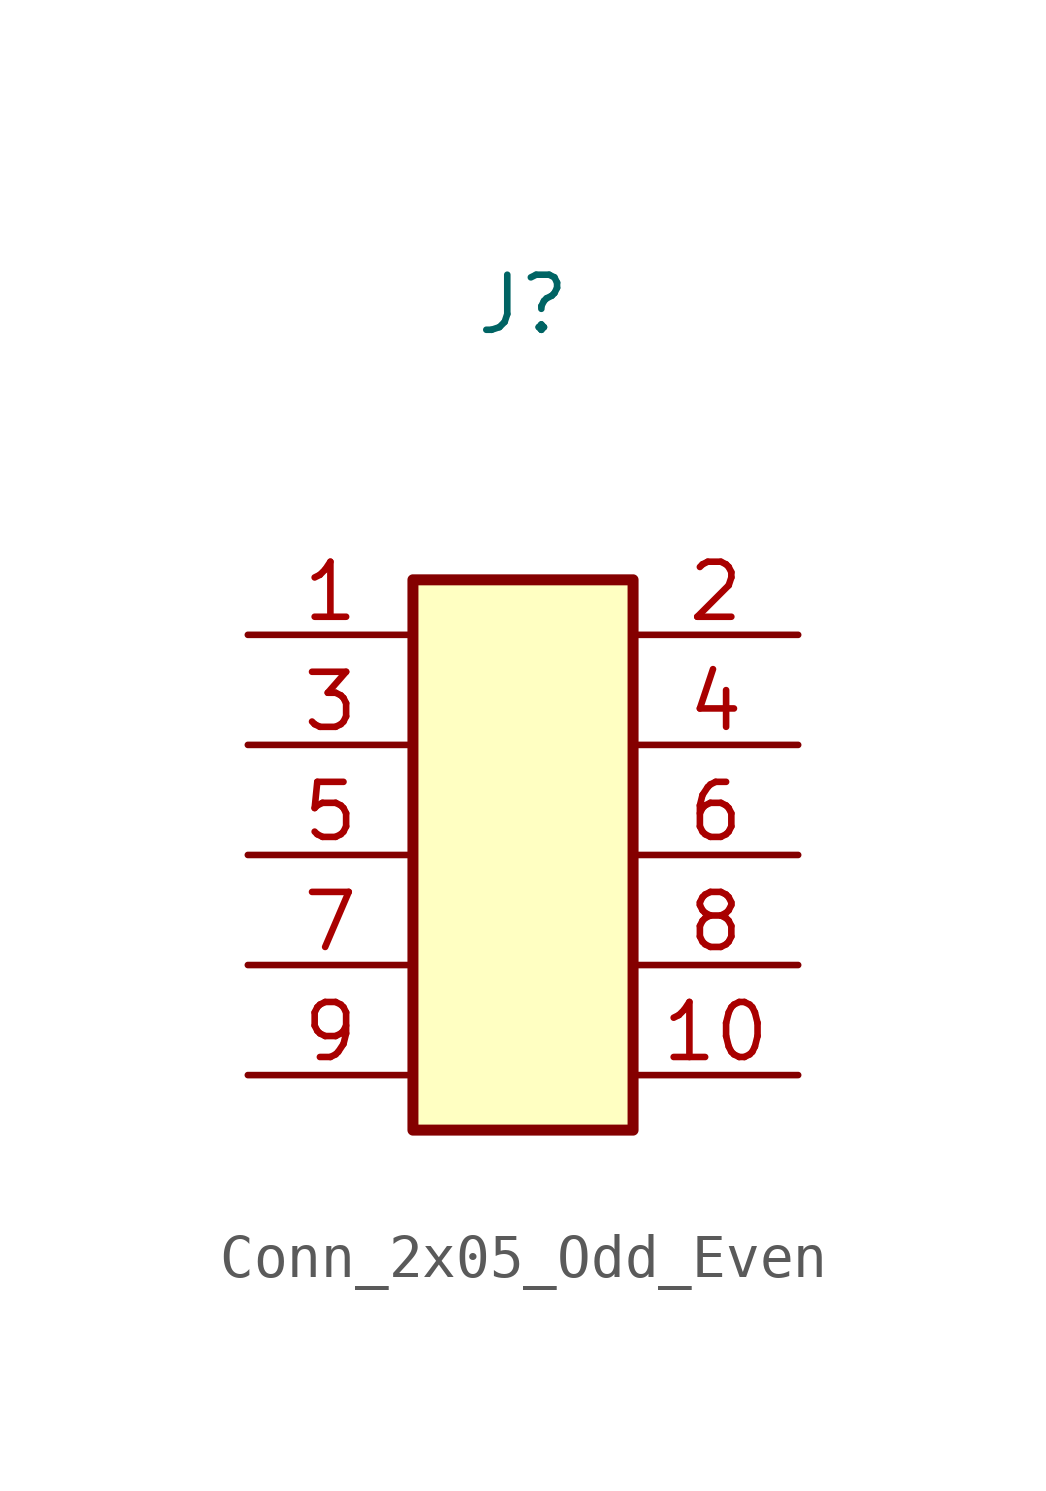
<source format=kicad_sym>
(kicad_symbol_lib
  (version 20220914)
  (generator kicad_symbol_editor)
  (symbol "Conn_2x05_Odd_Even"
    (pin_names hide)
    (property "Reference" "J"
      (at 0 12.7 0)
      (effects (font (size 1.27 1.27))))
    (property "Value" ""
      (at 1.27 10.16 0)
      (effects (font (size 1.27 1.27))))
    (symbol "Conn_2x05_Odd_Even_1_1"
      (rectangle (start -2.54 6.35) (end 2.54 -6.35) (stroke (width 0.254) (type default)) (fill (type background)))
      (pin passive line (at -6.35 5.08 0) (length 3.81) (name "Pin_1" (effects (font (size 1.27 1.27)))) (number "1" (effects (font (size 1.27 1.27)))))
      (pin passive line (at 6.35 -5.08 180) (length 3.81) (name "Pin_10" (effects (font (size 1.27 1.27)))) (number "10" (effects (font (size 1.27 1.27)))))
      (pin passive line (at 6.35 5.08 180) (length 3.81) (name "Pin_2" (effects (font (size 1.27 1.27)))) (number "2" (effects (font (size 1.27 1.27)))))
      (pin passive line (at -6.35 2.54 0) (length 3.81) (name "Pin_3" (effects (font (size 1.27 1.27)))) (number "3" (effects (font (size 1.27 1.27)))))
      (pin passive line (at 6.35 2.54 180) (length 3.81) (name "Pin_4" (effects (font (size 1.27 1.27)))) (number "4" (effects (font (size 1.27 1.27)))))
      (pin passive line (at -6.35 0 0) (length 3.81) (name "Pin_5" (effects (font (size 1.27 1.27)))) (number "5" (effects (font (size 1.27 1.27)))))
      (pin passive line (at 6.35 0 180) (length 3.81) (name "Pin_6" (effects (font (size 1.27 1.27)))) (number "6" (effects (font (size 1.27 1.27)))))
      (pin passive line (at -6.35 -2.54 0) (length 3.81) (name "Pin_7" (effects (font (size 1.27 1.27)))) (number "7" (effects (font (size 1.27 1.27)))))
      (pin passive line (at 6.35 -2.54 180) (length 3.81) (name "Pin_8" (effects (font (size 1.27 1.27)))) (number "8" (effects (font (size 1.27 1.27)))))
      (pin passive line (at -6.35 -5.08 0) (length 3.81) (name "Pin_9" (effects (font (size 1.27 1.27)))) (number "9" (effects (font (size 1.27 1.27))))))))
</source>
